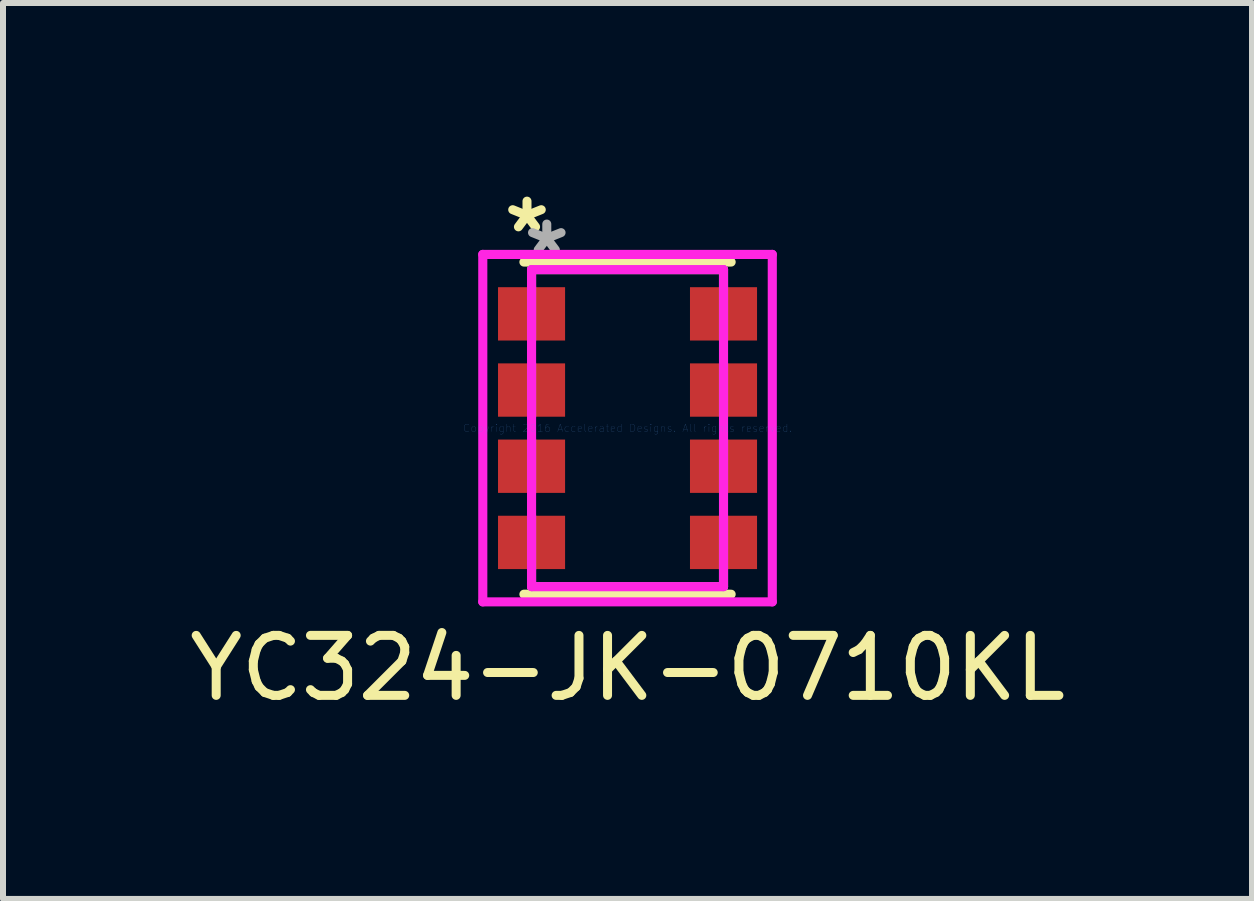
<source format=kicad_pcb>
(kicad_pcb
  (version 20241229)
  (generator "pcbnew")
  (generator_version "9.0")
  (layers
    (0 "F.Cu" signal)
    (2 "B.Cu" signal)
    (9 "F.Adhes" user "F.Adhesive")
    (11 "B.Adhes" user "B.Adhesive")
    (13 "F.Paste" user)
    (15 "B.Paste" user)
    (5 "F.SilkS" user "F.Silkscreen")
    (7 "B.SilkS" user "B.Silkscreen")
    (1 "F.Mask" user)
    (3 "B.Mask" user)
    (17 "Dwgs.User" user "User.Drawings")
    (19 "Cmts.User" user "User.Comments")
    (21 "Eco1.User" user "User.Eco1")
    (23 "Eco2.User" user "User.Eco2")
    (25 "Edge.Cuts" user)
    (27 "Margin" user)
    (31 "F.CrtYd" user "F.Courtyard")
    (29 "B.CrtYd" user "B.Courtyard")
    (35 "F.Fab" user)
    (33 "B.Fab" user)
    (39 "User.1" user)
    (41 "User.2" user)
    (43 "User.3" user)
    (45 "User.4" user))
  (footprint "YC324-JK-0710KL"
    (layer "F.Cu")
    (at 7.411 4.087)
    (property "Reference" "YC324-JK-0710KL" (at 0 4 0) (layer "F.SilkS") (effects (font (size 1 1) (thickness 0.15))))
    (attr through_hole)
    (fp_line (start -1.727 2.769) (end 1.727 2.769) (stroke (width 0.152) (type solid)) (layer "F.SilkS"))
    (fp_line (start 1.727 -2.769) (end -1.727 -2.769) (stroke (width 0.152) (type solid)) (layer "F.SilkS"))
    (fp_line (start -2.413 -2.896) (end 2.413 -2.896) (stroke (width 0.152) (type solid)) (layer "F.CrtYd"))
    (fp_line (start -2.413 2.896) (end -2.413 -2.896) (stroke (width 0.152) (type solid)) (layer "F.CrtYd"))
    (fp_line (start -1.6 -2.642) (end 1.6 -2.642) (stroke (width 0.152) (type solid)) (layer "F.CrtYd"))
    (fp_line (start -1.6 2.642) (end -1.6 -2.642) (stroke (width 0.152) (type solid)) (layer "F.CrtYd"))
    (fp_line (start 1.6 -2.642) (end 1.6 2.642) (stroke (width 0.152) (type solid)) (layer "F.CrtYd"))
    (fp_line (start 1.6 2.642) (end -1.6 2.642) (stroke (width 0.152) (type solid)) (layer "F.CrtYd"))
    (fp_line (start 2.413 -2.896) (end 2.413 2.896) (stroke (width 0.152) (type solid)) (layer "F.CrtYd"))
    (fp_line (start 2.413 2.896) (end -2.413 2.896) (stroke (width 0.152) (type solid)) (layer "F.CrtYd"))
    (fp_line (start -1.6 -2.642) (end -1.6 -2.349) (stroke (width 0.152) (type solid)) (layer "F.Fab"))
    (fp_line (start -1.6 -2.349) (end -1.6 -1.46) (stroke (width 0.152) (type solid)) (layer "F.Fab"))
    (fp_line (start -1.6 -1.079) (end -1.6 -0.191) (stroke (width 0.152) (type solid)) (layer "F.Fab"))
    (fp_line (start -1.6 0.191) (end -1.6 1.079) (stroke (width 0.152) (type solid)) (layer "F.Fab"))
    (fp_line (start -1.6 1.46) (end -1.6 2.349) (stroke (width 0.152) (type solid)) (layer "F.Fab"))
    (fp_line (start -1.6 2.349) (end -1.6 2.642) (stroke (width 0.152) (type solid)) (layer "F.Fab"))
    (fp_line (start -1.6 2.642) (end 1.6 2.642) (stroke (width 0.152) (type solid)) (layer "F.Fab"))
    (fp_line (start 1.6 -2.642) (end -1.6 -2.642) (stroke (width 0.152) (type solid)) (layer "F.Fab"))
    (fp_line (start 1.6 -2.642) (end 1.6 -2.349) (stroke (width 0.152) (type solid)) (layer "F.Fab"))
    (fp_line (start 1.6 -2.349) (end 1.6 -1.46) (stroke (width 0.152) (type solid)) (layer "F.Fab"))
    (fp_line (start 1.6 -1.079) (end 1.6 -0.191) (stroke (width 0.152) (type solid)) (layer "F.Fab"))
    (fp_line (start 1.6 0.191) (end 1.6 1.079) (stroke (width 0.152) (type solid)) (layer "F.Fab"))
    (fp_line (start 1.6 1.46) (end 1.6 2.349) (stroke (width 0.152) (type solid)) (layer "F.Fab"))
    (fp_line (start 1.6 2.349) (end 1.6 2.642) (stroke (width 0.152) (type solid)) (layer "F.Fab"))
    (fp_text user "*" (at -1.676 -3.239 0) (layer "F.SilkS") (effects (font (size 1 1) (thickness 0.15))))
    (fp_text user "Copyright 2016 Accelerated Designs. All rights reserved." (at 0 0 0) (layer "Cmts.User") (effects (font (size 0.127 0.127) (thickness 0.002))))
    (fp_text user "*" (at -1.346 -2.857 0) (layer "F.Fab") (effects (font (size 1 1) (thickness 0.15))))
    (pad "1" smd rect (at -1.6 -1.905) (size 1.118 0.889) (layers "F.Cu" "F.Mask" "F.Paste"))
    (pad "2" smd rect (at -1.6 -0.635) (size 1.118 0.889) (layers "F.Cu" "F.Mask" "F.Paste"))
    (pad "3" smd rect (at -1.6 0.635) (size 1.118 0.889) (layers "F.Cu" "F.Mask" "F.Paste"))
    (pad "4" smd rect (at -1.6 1.905) (size 1.118 0.889) (layers "F.Cu" "F.Mask" "F.Paste"))
    (pad "5" smd rect (at 1.6 1.905) (size 1.118 0.889) (layers "F.Cu" "F.Mask" "F.Paste"))
    (pad "6" smd rect (at 1.6 0.635) (size 1.118 0.889) (layers "F.Cu" "F.Mask" "F.Paste"))
    (pad "7" smd rect (at 1.6 -0.635) (size 1.118 0.889) (layers "F.Cu" "F.Mask" "F.Paste"))
    (pad "8" smd rect (at 1.6 -1.905) (size 1.118 0.889) (layers "F.Cu" "F.Mask" "F.Paste")))
  (gr_rect
    (start -3 -3)
    (end 17.821 11.935)
    (stroke (width 0.1) (type default))
    (fill no)
    (layer "Edge.Cuts")))
</source>
